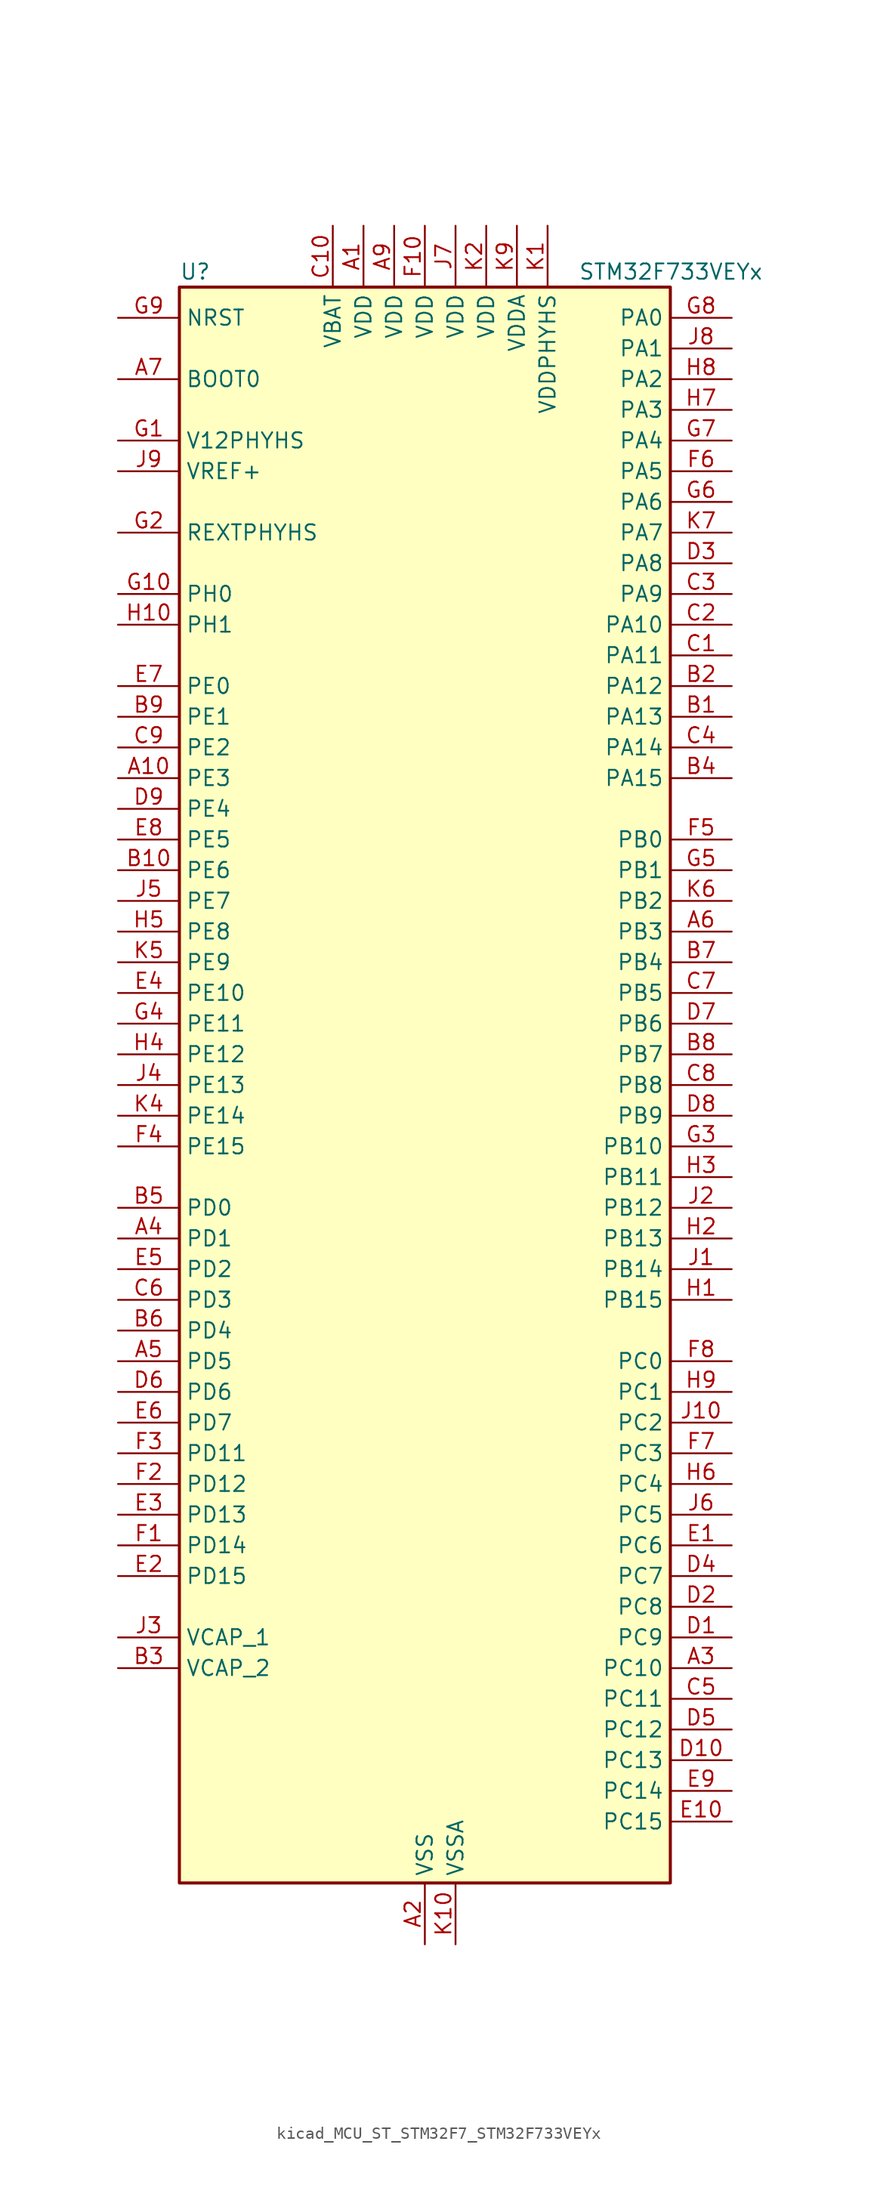
<source format=kicad_sym>
(kicad_symbol_lib
  (version 20220914)
  (generator kicad_symbol_editor)
  (symbol "kicad_MCU_ST_STM32F7_STM32F733VEYx"
    (property "Reference" "U"
      (at -20.32 67.31 0)
      (effects (font (size 1.27 1.27)) (justify left)))
    (property "Value" "STM32F733VEYx"
      (at 12.7 67.31 0)
      (effects (font (size 1.27 1.27)) (justify left)))
    (property "ki_locked" ""
      (at 0 0 0)
      (effects (font (size 1.27 1.27))))
    (symbol "kicad_MCU_ST_STM32F7_STM32F733VEYx_0_1"
      (rectangle (start -20.32 -66.04) (end 20.32 66.04) (stroke (width 0.254) (type default)) (fill (type background))))
    (symbol "kicad_MCU_ST_STM32F7_STM32F733VEYx_1_1"
      (pin power_in line (at -5.08 71.12 270) (length 5.08) (name "VDD" (effects (font (size 1.27 1.27)))) (number "A1" (effects (font (size 1.27 1.27)))))
      (pin bidirectional line (at -25.4 25.4 0) (length 5.08) (name "PE3" (effects (font (size 1.27 1.27)))) (number "A10" (effects (font (size 1.27 1.27)))) (alternate "FMC_A19" bidirectional line) (alternate "SAI1_SD_B" bidirectional line) (alternate "SYS_TRACED0" bidirectional line))
      (pin power_in line (at 0 -71.12 90) (length 5.08) (name "VSS" (effects (font (size 1.27 1.27)))) (number "A2" (effects (font (size 1.27 1.27)))))
      (pin bidirectional line (at 25.4 -48.26 180) (length 5.08) (name "PC10" (effects (font (size 1.27 1.27)))) (number "A3" (effects (font (size 1.27 1.27)))) (alternate "I2S3_CK" bidirectional line) (alternate "QUADSPI_BK1_IO1" bidirectional line) (alternate "SDMMC1_D2" bidirectional line) (alternate "SPI3_SCK" bidirectional line) (alternate "UART4_TX" bidirectional line) (alternate "USART3_TX" bidirectional line))
      (pin bidirectional line (at -25.4 -12.7 0) (length 5.08) (name "PD1" (effects (font (size 1.27 1.27)))) (number "A4" (effects (font (size 1.27 1.27)))) (alternate "CAN1_TX" bidirectional line) (alternate "FMC_D3" bidirectional line) (alternate "FMC_DA3" bidirectional line))
      (pin bidirectional line (at -25.4 -22.86 0) (length 5.08) (name "PD5" (effects (font (size 1.27 1.27)))) (number "A5" (effects (font (size 1.27 1.27)))) (alternate "FMC_NWE" bidirectional line) (alternate "USART2_TX" bidirectional line))
      (pin bidirectional line (at 25.4 12.7 180) (length 5.08) (name "PB3" (effects (font (size 1.27 1.27)))) (number "A6" (effects (font (size 1.27 1.27)))) (alternate "I2S1_CK" bidirectional line) (alternate "I2S3_CK" bidirectional line) (alternate "SPI1_SCK" bidirectional line) (alternate "SPI3_SCK" bidirectional line) (alternate "SYS_JTDO-SWO" bidirectional line) (alternate "TIM2_CH2" bidirectional line))
      (pin input line (at -25.4 58.42 0) (length 5.08) (name "BOOT0" (effects (font (size 1.27 1.27)))) (number "A7" (effects (font (size 1.27 1.27)))))
      (pin passive line (at 0 -71.12 90) (length 5.08) hide (name "VSS" (effects (font (size 1.27 1.27)))) (number "A8" (effects (font (size 1.27 1.27)))))
      (pin power_in line (at -2.54 71.12 270) (length 5.08) (name "VDD" (effects (font (size 1.27 1.27)))) (number "A9" (effects (font (size 1.27 1.27)))))
      (pin bidirectional line (at 25.4 30.48 180) (length 5.08) (name "PA13" (effects (font (size 1.27 1.27)))) (number "B1" (effects (font (size 1.27 1.27)))) (alternate "SYS_JTMS-SWDIO" bidirectional line))
      (pin bidirectional line (at -25.4 17.78 0) (length 5.08) (name "PE6" (effects (font (size 1.27 1.27)))) (number "B10" (effects (font (size 1.27 1.27)))) (alternate "FMC_A22" bidirectional line) (alternate "SAI1_SD_A" bidirectional line) (alternate "SAI2_MCLK_B" bidirectional line) (alternate "SPI4_MOSI" bidirectional line) (alternate "SYS_TRACED3" bidirectional line) (alternate "TIM1_BKIN2" bidirectional line) (alternate "TIM9_CH2" bidirectional line))
      (pin bidirectional line (at 25.4 33.02 180) (length 5.08) (name "PA12" (effects (font (size 1.27 1.27)))) (number "B2" (effects (font (size 1.27 1.27)))) (alternate "CAN1_TX" bidirectional line) (alternate "SAI2_FS_B" bidirectional line) (alternate "TIM1_ETR" bidirectional line) (alternate "USART1_DE" bidirectional line) (alternate "USART1_RTS" bidirectional line) (alternate "USB_OTG_FS_DP" bidirectional line))
      (pin power_out line (at -25.4 -48.26 0) (length 5.08) (name "VCAP_2" (effects (font (size 1.27 1.27)))) (number "B3" (effects (font (size 1.27 1.27)))))
      (pin bidirectional line (at 25.4 25.4 180) (length 5.08) (name "PA15" (effects (font (size 1.27 1.27)))) (number "B4" (effects (font (size 1.27 1.27)))) (alternate "I2S1_WS" bidirectional line) (alternate "I2S3_WS" bidirectional line) (alternate "SPI1_NSS" bidirectional line) (alternate "SPI3_NSS" bidirectional line) (alternate "SYS_JTDI" bidirectional line) (alternate "TIM2_CH1" bidirectional line) (alternate "TIM2_ETR" bidirectional line) (alternate "UART4_DE" bidirectional line) (alternate "UART4_RTS" bidirectional line))
      (pin bidirectional line (at -25.4 -10.16 0) (length 5.08) (name "PD0" (effects (font (size 1.27 1.27)))) (number "B5" (effects (font (size 1.27 1.27)))) (alternate "CAN1_RX" bidirectional line) (alternate "FMC_D2" bidirectional line) (alternate "FMC_DA2" bidirectional line))
      (pin bidirectional line (at -25.4 -20.32 0) (length 5.08) (name "PD4" (effects (font (size 1.27 1.27)))) (number "B6" (effects (font (size 1.27 1.27)))) (alternate "FMC_NOE" bidirectional line) (alternate "USART2_DE" bidirectional line) (alternate "USART2_RTS" bidirectional line))
      (pin bidirectional line (at 25.4 10.16 180) (length 5.08) (name "PB4" (effects (font (size 1.27 1.27)))) (number "B7" (effects (font (size 1.27 1.27)))) (alternate "I2S2_WS" bidirectional line) (alternate "SPI1_MISO" bidirectional line) (alternate "SPI2_NSS" bidirectional line) (alternate "SPI3_MISO" bidirectional line) (alternate "SYS_JTRST" bidirectional line) (alternate "TIM3_CH1" bidirectional line))
      (pin bidirectional line (at 25.4 2.54 180) (length 5.08) (name "PB7" (effects (font (size 1.27 1.27)))) (number "B8" (effects (font (size 1.27 1.27)))) (alternate "FMC_NL" bidirectional line) (alternate "I2C1_SDA" bidirectional line) (alternate "TIM4_CH2" bidirectional line) (alternate "USART1_RX" bidirectional line))
      (pin bidirectional line (at -25.4 30.48 0) (length 5.08) (name "PE1" (effects (font (size 1.27 1.27)))) (number "B9" (effects (font (size 1.27 1.27)))) (alternate "FMC_NBL1" bidirectional line) (alternate "LPTIM1_IN2" bidirectional line) (alternate "UART8_TX" bidirectional line))
      (pin bidirectional line (at 25.4 35.56 180) (length 5.08) (name "PA11" (effects (font (size 1.27 1.27)))) (number "C1" (effects (font (size 1.27 1.27)))) (alternate "ADC1_EXTI11" bidirectional line) (alternate "ADC2_EXTI11" bidirectional line) (alternate "ADC3_EXTI11" bidirectional line) (alternate "CAN1_RX" bidirectional line) (alternate "TIM1_CH4" bidirectional line) (alternate "USART1_CTS" bidirectional line) (alternate "USB_OTG_FS_DM" bidirectional line))
      (pin power_in line (at -7.62 71.12 270) (length 5.08) (name "VBAT" (effects (font (size 1.27 1.27)))) (number "C10" (effects (font (size 1.27 1.27)))))
      (pin bidirectional line (at 25.4 38.1 180) (length 5.08) (name "PA10" (effects (font (size 1.27 1.27)))) (number "C2" (effects (font (size 1.27 1.27)))) (alternate "TIM1_CH3" bidirectional line) (alternate "USART1_RX" bidirectional line) (alternate "USB_OTG_FS_ID" bidirectional line))
      (pin bidirectional line (at 25.4 40.64 180) (length 5.08) (name "PA9" (effects (font (size 1.27 1.27)))) (number "C3" (effects (font (size 1.27 1.27)))) (alternate "DAC_EXTI9" bidirectional line) (alternate "I2C3_SMBA" bidirectional line) (alternate "I2S2_CK" bidirectional line) (alternate "SPI2_SCK" bidirectional line) (alternate "TIM1_CH2" bidirectional line) (alternate "USART1_TX" bidirectional line) (alternate "USB_OTG_FS_VBUS" bidirectional line))
      (pin bidirectional line (at 25.4 27.94 180) (length 5.08) (name "PA14" (effects (font (size 1.27 1.27)))) (number "C4" (effects (font (size 1.27 1.27)))) (alternate "SYS_JTCK-SWCLK" bidirectional line))
      (pin bidirectional line (at 25.4 -50.8 180) (length 5.08) (name "PC11" (effects (font (size 1.27 1.27)))) (number "C5" (effects (font (size 1.27 1.27)))) (alternate "ADC1_EXTI11" bidirectional line) (alternate "ADC2_EXTI11" bidirectional line) (alternate "ADC3_EXTI11" bidirectional line) (alternate "QUADSPI_BK2_NCS" bidirectional line) (alternate "SDMMC1_D3" bidirectional line) (alternate "SPI3_MISO" bidirectional line) (alternate "UART4_RX" bidirectional line) (alternate "USART3_RX" bidirectional line))
      (pin bidirectional line (at -25.4 -17.78 0) (length 5.08) (name "PD3" (effects (font (size 1.27 1.27)))) (number "C6" (effects (font (size 1.27 1.27)))) (alternate "FMC_CLK" bidirectional line) (alternate "I2S2_CK" bidirectional line) (alternate "SPI2_SCK" bidirectional line) (alternate "USART2_CTS" bidirectional line))
      (pin bidirectional line (at 25.4 7.62 180) (length 5.08) (name "PB5" (effects (font (size 1.27 1.27)))) (number "C7" (effects (font (size 1.27 1.27)))) (alternate "FMC_SDCKE1" bidirectional line) (alternate "I2C1_SMBA" bidirectional line) (alternate "I2S1_SD" bidirectional line) (alternate "I2S3_SD" bidirectional line) (alternate "SPI1_MOSI" bidirectional line) (alternate "SPI3_MOSI" bidirectional line) (alternate "TIM3_CH2" bidirectional line))
      (pin bidirectional line (at 25.4 0 180) (length 5.08) (name "PB8" (effects (font (size 1.27 1.27)))) (number "C8" (effects (font (size 1.27 1.27)))) (alternate "CAN1_RX" bidirectional line) (alternate "I2C1_SCL" bidirectional line) (alternate "SDMMC1_D4" bidirectional line) (alternate "TIM10_CH1" bidirectional line) (alternate "TIM4_CH3" bidirectional line))
      (pin bidirectional line (at -25.4 27.94 0) (length 5.08) (name "PE2" (effects (font (size 1.27 1.27)))) (number "C9" (effects (font (size 1.27 1.27)))) (alternate "FMC_A23" bidirectional line) (alternate "QUADSPI_BK1_IO2" bidirectional line) (alternate "SAI1_MCLK_A" bidirectional line) (alternate "SPI4_SCK" bidirectional line) (alternate "SYS_TRACECLK" bidirectional line))
      (pin bidirectional line (at 25.4 -45.72 180) (length 5.08) (name "PC9" (effects (font (size 1.27 1.27)))) (number "D1" (effects (font (size 1.27 1.27)))) (alternate "DAC_EXTI9" bidirectional line) (alternate "I2C3_SDA" bidirectional line) (alternate "I2S_CKIN" bidirectional line) (alternate "QUADSPI_BK1_IO0" bidirectional line) (alternate "RCC_MCO_2" bidirectional line) (alternate "SDMMC1_D1" bidirectional line) (alternate "TIM3_CH4" bidirectional line) (alternate "TIM8_CH4" bidirectional line) (alternate "UART5_CTS" bidirectional line))
      (pin bidirectional line (at 25.4 -55.88 180) (length 5.08) (name "PC13" (effects (font (size 1.27 1.27)))) (number "D10" (effects (font (size 1.27 1.27)))) (alternate "RTC_OUT" bidirectional line) (alternate "RTC_TAMP1" bidirectional line) (alternate "RTC_TS" bidirectional line) (alternate "SYS_WKUP4" bidirectional line))
      (pin bidirectional line (at 25.4 -43.18 180) (length 5.08) (name "PC8" (effects (font (size 1.27 1.27)))) (number "D2" (effects (font (size 1.27 1.27)))) (alternate "SDMMC1_D0" bidirectional line) (alternate "SYS_TRACED1" bidirectional line) (alternate "TIM3_CH3" bidirectional line) (alternate "TIM8_CH3" bidirectional line) (alternate "UART5_DE" bidirectional line) (alternate "UART5_RTS" bidirectional line) (alternate "USART6_CK" bidirectional line))
      (pin bidirectional line (at 25.4 43.18 180) (length 5.08) (name "PA8" (effects (font (size 1.27 1.27)))) (number "D3" (effects (font (size 1.27 1.27)))) (alternate "I2C3_SCL" bidirectional line) (alternate "RCC_MCO_1" bidirectional line) (alternate "TIM1_CH1" bidirectional line) (alternate "TIM8_BKIN2" bidirectional line) (alternate "USART1_CK" bidirectional line) (alternate "USB_OTG_FS_SOF" bidirectional line))
      (pin bidirectional line (at 25.4 -40.64 180) (length 5.08) (name "PC7" (effects (font (size 1.27 1.27)))) (number "D4" (effects (font (size 1.27 1.27)))) (alternate "I2S3_MCK" bidirectional line) (alternate "SDMMC1_D7" bidirectional line) (alternate "TIM3_CH2" bidirectional line) (alternate "TIM8_CH2" bidirectional line) (alternate "USART6_RX" bidirectional line))
      (pin bidirectional line (at 25.4 -53.34 180) (length 5.08) (name "PC12" (effects (font (size 1.27 1.27)))) (number "D5" (effects (font (size 1.27 1.27)))) (alternate "I2S3_SD" bidirectional line) (alternate "SDMMC1_CK" bidirectional line) (alternate "SPI3_MOSI" bidirectional line) (alternate "SYS_TRACED3" bidirectional line) (alternate "UART5_TX" bidirectional line) (alternate "USART3_CK" bidirectional line))
      (pin bidirectional line (at -25.4 -25.4 0) (length 5.08) (name "PD6" (effects (font (size 1.27 1.27)))) (number "D6" (effects (font (size 1.27 1.27)))) (alternate "FMC_NWAIT" bidirectional line) (alternate "I2S3_SD" bidirectional line) (alternate "SAI1_SD_A" bidirectional line) (alternate "SPI3_MOSI" bidirectional line) (alternate "USART2_RX" bidirectional line))
      (pin bidirectional line (at 25.4 5.08 180) (length 5.08) (name "PB6" (effects (font (size 1.27 1.27)))) (number "D7" (effects (font (size 1.27 1.27)))) (alternate "FMC_SDNE1" bidirectional line) (alternate "I2C1_SCL" bidirectional line) (alternate "QUADSPI_BK1_NCS" bidirectional line) (alternate "TIM4_CH1" bidirectional line) (alternate "USART1_TX" bidirectional line))
      (pin bidirectional line (at 25.4 -2.54 180) (length 5.08) (name "PB9" (effects (font (size 1.27 1.27)))) (number "D8" (effects (font (size 1.27 1.27)))) (alternate "CAN1_TX" bidirectional line) (alternate "DAC_EXTI9" bidirectional line) (alternate "I2C1_SDA" bidirectional line) (alternate "I2S2_WS" bidirectional line) (alternate "SDMMC1_D5" bidirectional line) (alternate "SPI2_NSS" bidirectional line) (alternate "TIM11_CH1" bidirectional line) (alternate "TIM4_CH4" bidirectional line))
      (pin bidirectional line (at -25.4 22.86 0) (length 5.08) (name "PE4" (effects (font (size 1.27 1.27)))) (number "D9" (effects (font (size 1.27 1.27)))) (alternate "FMC_A20" bidirectional line) (alternate "SAI1_FS_A" bidirectional line) (alternate "SPI4_NSS" bidirectional line) (alternate "SYS_TRACED1" bidirectional line))
      (pin bidirectional line (at 25.4 -38.1 180) (length 5.08) (name "PC6" (effects (font (size 1.27 1.27)))) (number "E1" (effects (font (size 1.27 1.27)))) (alternate "I2S2_MCK" bidirectional line) (alternate "SDMMC1_D6" bidirectional line) (alternate "TIM3_CH1" bidirectional line) (alternate "TIM8_CH1" bidirectional line) (alternate "USART6_TX" bidirectional line))
      (pin bidirectional line (at 25.4 -60.96 180) (length 5.08) (name "PC15" (effects (font (size 1.27 1.27)))) (number "E10" (effects (font (size 1.27 1.27)))) (alternate "RCC_OSC32_OUT" bidirectional line))
      (pin bidirectional line (at -25.4 -40.64 0) (length 5.08) (name "PD15" (effects (font (size 1.27 1.27)))) (number "E2" (effects (font (size 1.27 1.27)))) (alternate "FMC_D1" bidirectional line) (alternate "FMC_DA1" bidirectional line) (alternate "TIM4_CH4" bidirectional line) (alternate "UART8_DE" bidirectional line) (alternate "UART8_RTS" bidirectional line))
      (pin bidirectional line (at -25.4 -35.56 0) (length 5.08) (name "PD13" (effects (font (size 1.27 1.27)))) (number "E3" (effects (font (size 1.27 1.27)))) (alternate "FMC_A18" bidirectional line) (alternate "LPTIM1_OUT" bidirectional line) (alternate "QUADSPI_BK1_IO3" bidirectional line) (alternate "SAI2_SCK_A" bidirectional line) (alternate "TIM4_CH2" bidirectional line))
      (pin bidirectional line (at -25.4 7.62 0) (length 5.08) (name "PE10" (effects (font (size 1.27 1.27)))) (number "E4" (effects (font (size 1.27 1.27)))) (alternate "FMC_D7" bidirectional line) (alternate "FMC_DA7" bidirectional line) (alternate "QUADSPI_BK2_IO3" bidirectional line) (alternate "TIM1_CH2N" bidirectional line) (alternate "UART7_CTS" bidirectional line))
      (pin bidirectional line (at -25.4 -15.24 0) (length 5.08) (name "PD2" (effects (font (size 1.27 1.27)))) (number "E5" (effects (font (size 1.27 1.27)))) (alternate "SDMMC1_CMD" bidirectional line) (alternate "SYS_TRACED2" bidirectional line) (alternate "TIM3_ETR" bidirectional line) (alternate "UART5_RX" bidirectional line))
      (pin bidirectional line (at -25.4 -27.94 0) (length 5.08) (name "PD7" (effects (font (size 1.27 1.27)))) (number "E6" (effects (font (size 1.27 1.27)))) (alternate "FMC_NE1" bidirectional line) (alternate "USART2_CK" bidirectional line))
      (pin bidirectional line (at -25.4 33.02 0) (length 5.08) (name "PE0" (effects (font (size 1.27 1.27)))) (number "E7" (effects (font (size 1.27 1.27)))) (alternate "FMC_NBL0" bidirectional line) (alternate "LPTIM1_ETR" bidirectional line) (alternate "SAI2_MCLK_A" bidirectional line) (alternate "TIM4_ETR" bidirectional line) (alternate "UART8_RX" bidirectional line))
      (pin bidirectional line (at -25.4 20.32 0) (length 5.08) (name "PE5" (effects (font (size 1.27 1.27)))) (number "E8" (effects (font (size 1.27 1.27)))) (alternate "FMC_A21" bidirectional line) (alternate "SAI1_SCK_A" bidirectional line) (alternate "SPI4_MISO" bidirectional line) (alternate "SYS_TRACED2" bidirectional line) (alternate "TIM9_CH1" bidirectional line))
      (pin bidirectional line (at 25.4 -58.42 180) (length 5.08) (name "PC14" (effects (font (size 1.27 1.27)))) (number "E9" (effects (font (size 1.27 1.27)))) (alternate "RCC_OSC32_IN" bidirectional line))
      (pin bidirectional line (at -25.4 -38.1 0) (length 5.08) (name "PD14" (effects (font (size 1.27 1.27)))) (number "F1" (effects (font (size 1.27 1.27)))) (alternate "FMC_D0" bidirectional line) (alternate "FMC_DA0" bidirectional line) (alternate "TIM4_CH3" bidirectional line) (alternate "UART8_CTS" bidirectional line))
      (pin power_in line (at 0 71.12 270) (length 5.08) (name "VDD" (effects (font (size 1.27 1.27)))) (number "F10" (effects (font (size 1.27 1.27)))))
      (pin bidirectional line (at -25.4 -33.02 0) (length 5.08) (name "PD12" (effects (font (size 1.27 1.27)))) (number "F2" (effects (font (size 1.27 1.27)))) (alternate "FMC_A17" bidirectional line) (alternate "FMC_ALE" bidirectional line) (alternate "LPTIM1_IN1" bidirectional line) (alternate "QUADSPI_BK1_IO1" bidirectional line) (alternate "SAI2_FS_A" bidirectional line) (alternate "TIM4_CH1" bidirectional line) (alternate "USART3_DE" bidirectional line) (alternate "USART3_RTS" bidirectional line))
      (pin bidirectional line (at -25.4 -30.48 0) (length 5.08) (name "PD11" (effects (font (size 1.27 1.27)))) (number "F3" (effects (font (size 1.27 1.27)))) (alternate "ADC1_EXTI11" bidirectional line) (alternate "ADC2_EXTI11" bidirectional line) (alternate "ADC3_EXTI11" bidirectional line) (alternate "FMC_A16" bidirectional line) (alternate "FMC_CLE" bidirectional line) (alternate "QUADSPI_BK1_IO0" bidirectional line) (alternate "SAI2_SD_A" bidirectional line) (alternate "USART3_CTS" bidirectional line))
      (pin bidirectional line (at -25.4 -5.08 0) (length 5.08) (name "PE15" (effects (font (size 1.27 1.27)))) (number "F4" (effects (font (size 1.27 1.27)))) (alternate "FMC_D12" bidirectional line) (alternate "FMC_DA12" bidirectional line) (alternate "TIM1_BKIN" bidirectional line))
      (pin bidirectional line (at 25.4 20.32 180) (length 5.08) (name "PB0" (effects (font (size 1.27 1.27)))) (number "F5" (effects (font (size 1.27 1.27)))) (alternate "ADC1_IN8" bidirectional line) (alternate "ADC2_IN8" bidirectional line) (alternate "TIM1_CH2N" bidirectional line) (alternate "TIM3_CH3" bidirectional line) (alternate "TIM8_CH2N" bidirectional line) (alternate "UART4_CTS" bidirectional line))
      (pin bidirectional line (at 25.4 50.8 180) (length 5.08) (name "PA5" (effects (font (size 1.27 1.27)))) (number "F6" (effects (font (size 1.27 1.27)))) (alternate "ADC1_IN5" bidirectional line) (alternate "ADC2_IN5" bidirectional line) (alternate "DAC_OUT2" bidirectional line) (alternate "I2S1_CK" bidirectional line) (alternate "SPI1_SCK" bidirectional line) (alternate "TIM2_CH1" bidirectional line) (alternate "TIM2_ETR" bidirectional line) (alternate "TIM8_CH1N" bidirectional line))
      (pin bidirectional line (at 25.4 -30.48 180) (length 5.08) (name "PC3" (effects (font (size 1.27 1.27)))) (number "F7" (effects (font (size 1.27 1.27)))) (alternate "ADC1_IN13" bidirectional line) (alternate "ADC2_IN13" bidirectional line) (alternate "ADC3_IN13" bidirectional line) (alternate "FMC_SDCKE0" bidirectional line) (alternate "I2S2_SD" bidirectional line) (alternate "SPI2_MOSI" bidirectional line))
      (pin bidirectional line (at 25.4 -22.86 180) (length 5.08) (name "PC0" (effects (font (size 1.27 1.27)))) (number "F8" (effects (font (size 1.27 1.27)))) (alternate "ADC1_IN10" bidirectional line) (alternate "ADC2_IN10" bidirectional line) (alternate "ADC3_IN10" bidirectional line) (alternate "FMC_SDNWE" bidirectional line) (alternate "SAI2_FS_B" bidirectional line))
      (pin passive line (at 0 -71.12 90) (length 5.08) hide (name "VSS" (effects (font (size 1.27 1.27)))) (number "F9" (effects (font (size 1.27 1.27)))))
      (pin power_in line (at -25.4 53.34 0) (length 5.08) (name "V12PHYHS" (effects (font (size 1.27 1.27)))) (number "G1" (effects (font (size 1.27 1.27)))))
      (pin bidirectional line (at -25.4 40.64 0) (length 5.08) (name "PH0" (effects (font (size 1.27 1.27)))) (number "G10" (effects (font (size 1.27 1.27)))) (alternate "RCC_OSC_IN" bidirectional line))
      (pin bidirectional line (at -25.4 45.72 0) (length 5.08) (name "REXTPHYHS" (effects (font (size 1.27 1.27)))) (number "G2" (effects (font (size 1.27 1.27)))) (alternate "USB_OTG_HS_REXTPHYHS" bidirectional line))
      (pin bidirectional line (at 25.4 -5.08 180) (length 5.08) (name "PB10" (effects (font (size 1.27 1.27)))) (number "G3" (effects (font (size 1.27 1.27)))) (alternate "I2C2_SCL" bidirectional line) (alternate "I2S2_CK" bidirectional line) (alternate "SPI2_SCK" bidirectional line) (alternate "TIM2_CH3" bidirectional line) (alternate "USART3_TX" bidirectional line))
      (pin bidirectional line (at -25.4 5.08 0) (length 5.08) (name "PE11" (effects (font (size 1.27 1.27)))) (number "G4" (effects (font (size 1.27 1.27)))) (alternate "ADC1_EXTI11" bidirectional line) (alternate "ADC2_EXTI11" bidirectional line) (alternate "ADC3_EXTI11" bidirectional line) (alternate "FMC_D8" bidirectional line) (alternate "FMC_DA8" bidirectional line) (alternate "SAI2_SD_B" bidirectional line) (alternate "SPI4_NSS" bidirectional line) (alternate "TIM1_CH2" bidirectional line))
      (pin bidirectional line (at 25.4 17.78 180) (length 5.08) (name "PB1" (effects (font (size 1.27 1.27)))) (number "G5" (effects (font (size 1.27 1.27)))) (alternate "ADC1_IN9" bidirectional line) (alternate "ADC2_IN9" bidirectional line) (alternate "TIM1_CH3N" bidirectional line) (alternate "TIM3_CH4" bidirectional line) (alternate "TIM8_CH3N" bidirectional line))
      (pin bidirectional line (at 25.4 48.26 180) (length 5.08) (name "PA6" (effects (font (size 1.27 1.27)))) (number "G6" (effects (font (size 1.27 1.27)))) (alternate "ADC1_IN6" bidirectional line) (alternate "ADC2_IN6" bidirectional line) (alternate "SPI1_MISO" bidirectional line) (alternate "TIM13_CH1" bidirectional line) (alternate "TIM1_BKIN" bidirectional line) (alternate "TIM3_CH1" bidirectional line) (alternate "TIM8_BKIN" bidirectional line))
      (pin bidirectional line (at 25.4 53.34 180) (length 5.08) (name "PA4" (effects (font (size 1.27 1.27)))) (number "G7" (effects (font (size 1.27 1.27)))) (alternate "ADC1_IN4" bidirectional line) (alternate "ADC2_IN4" bidirectional line) (alternate "DAC_OUT1" bidirectional line) (alternate "I2S1_WS" bidirectional line) (alternate "I2S3_WS" bidirectional line) (alternate "SPI1_NSS" bidirectional line) (alternate "SPI3_NSS" bidirectional line) (alternate "USART2_CK" bidirectional line) (alternate "USB_OTG_HS_SOF" bidirectional line))
      (pin bidirectional line (at 25.4 63.5 180) (length 5.08) (name "PA0" (effects (font (size 1.27 1.27)))) (number "G8" (effects (font (size 1.27 1.27)))) (alternate "ADC1_IN0" bidirectional line) (alternate "ADC2_IN0" bidirectional line) (alternate "ADC3_IN0" bidirectional line) (alternate "SAI2_SD_B" bidirectional line) (alternate "SYS_WKUP1" bidirectional line) (alternate "TIM2_CH1" bidirectional line) (alternate "TIM2_ETR" bidirectional line) (alternate "TIM5_CH1" bidirectional line) (alternate "TIM8_ETR" bidirectional line) (alternate "UART4_TX" bidirectional line) (alternate "USART2_CTS" bidirectional line))
      (pin input line (at -25.4 63.5 0) (length 5.08) (name "NRST" (effects (font (size 1.27 1.27)))) (number "G9" (effects (font (size 1.27 1.27)))))
      (pin bidirectional line (at 25.4 -17.78 180) (length 5.08) (name "PB15" (effects (font (size 1.27 1.27)))) (number "H1" (effects (font (size 1.27 1.27)))) (alternate "USB_OTG_HS_DP" bidirectional line))
      (pin bidirectional line (at -25.4 38.1 0) (length 5.08) (name "PH1" (effects (font (size 1.27 1.27)))) (number "H10" (effects (font (size 1.27 1.27)))) (alternate "RCC_OSC_OUT" bidirectional line))
      (pin bidirectional line (at 25.4 -12.7 180) (length 5.08) (name "PB13" (effects (font (size 1.27 1.27)))) (number "H2" (effects (font (size 1.27 1.27)))) (alternate "I2S2_CK" bidirectional line) (alternate "SPI2_SCK" bidirectional line) (alternate "TIM1_CH1N" bidirectional line) (alternate "USART3_CTS" bidirectional line) (alternate "USB_OTG_HS_VBUS" bidirectional line))
      (pin bidirectional line (at 25.4 -7.62 180) (length 5.08) (name "PB11" (effects (font (size 1.27 1.27)))) (number "H3" (effects (font (size 1.27 1.27)))) (alternate "ADC1_EXTI11" bidirectional line) (alternate "ADC2_EXTI11" bidirectional line) (alternate "ADC3_EXTI11" bidirectional line) (alternate "I2C2_SDA" bidirectional line) (alternate "TIM2_CH4" bidirectional line) (alternate "USART3_RX" bidirectional line))
      (pin bidirectional line (at -25.4 2.54 0) (length 5.08) (name "PE12" (effects (font (size 1.27 1.27)))) (number "H4" (effects (font (size 1.27 1.27)))) (alternate "FMC_D9" bidirectional line) (alternate "FMC_DA9" bidirectional line) (alternate "SAI2_SCK_B" bidirectional line) (alternate "SPI4_SCK" bidirectional line) (alternate "TIM1_CH3N" bidirectional line))
      (pin bidirectional line (at -25.4 12.7 0) (length 5.08) (name "PE8" (effects (font (size 1.27 1.27)))) (number "H5" (effects (font (size 1.27 1.27)))) (alternate "FMC_D5" bidirectional line) (alternate "FMC_DA5" bidirectional line) (alternate "QUADSPI_BK2_IO1" bidirectional line) (alternate "TIM1_CH1N" bidirectional line) (alternate "UART7_TX" bidirectional line))
      (pin bidirectional line (at 25.4 -33.02 180) (length 5.08) (name "PC4" (effects (font (size 1.27 1.27)))) (number "H6" (effects (font (size 1.27 1.27)))) (alternate "ADC1_IN14" bidirectional line) (alternate "ADC2_IN14" bidirectional line) (alternate "FMC_SDNE0" bidirectional line) (alternate "I2S1_MCK" bidirectional line))
      (pin bidirectional line (at 25.4 55.88 180) (length 5.08) (name "PA3" (effects (font (size 1.27 1.27)))) (number "H7" (effects (font (size 1.27 1.27)))) (alternate "ADC1_IN3" bidirectional line) (alternate "ADC2_IN3" bidirectional line) (alternate "ADC3_IN3" bidirectional line) (alternate "TIM2_CH4" bidirectional line) (alternate "TIM5_CH4" bidirectional line) (alternate "TIM9_CH2" bidirectional line) (alternate "USART2_RX" bidirectional line))
      (pin bidirectional line (at 25.4 58.42 180) (length 5.08) (name "PA2" (effects (font (size 1.27 1.27)))) (number "H8" (effects (font (size 1.27 1.27)))) (alternate "ADC1_IN2" bidirectional line) (alternate "ADC2_IN2" bidirectional line) (alternate "ADC3_IN2" bidirectional line) (alternate "SAI2_SCK_B" bidirectional line) (alternate "SYS_WKUP2" bidirectional line) (alternate "TIM2_CH3" bidirectional line) (alternate "TIM5_CH3" bidirectional line) (alternate "TIM9_CH1" bidirectional line) (alternate "USART2_TX" bidirectional line))
      (pin bidirectional line (at 25.4 -25.4 180) (length 5.08) (name "PC1" (effects (font (size 1.27 1.27)))) (number "H9" (effects (font (size 1.27 1.27)))) (alternate "ADC1_IN11" bidirectional line) (alternate "ADC2_IN11" bidirectional line) (alternate "ADC3_IN11" bidirectional line) (alternate "I2S2_SD" bidirectional line) (alternate "RTC_TAMP3" bidirectional line) (alternate "RTC_TS" bidirectional line) (alternate "SAI1_SD_A" bidirectional line) (alternate "SPI2_MOSI" bidirectional line) (alternate "SYS_TRACED0" bidirectional line) (alternate "SYS_WKUP3" bidirectional line))
      (pin bidirectional line (at 25.4 -15.24 180) (length 5.08) (name "PB14" (effects (font (size 1.27 1.27)))) (number "J1" (effects (font (size 1.27 1.27)))) (alternate "USB_OTG_HS_DM" bidirectional line))
      (pin bidirectional line (at 25.4 -27.94 180) (length 5.08) (name "PC2" (effects (font (size 1.27 1.27)))) (number "J10" (effects (font (size 1.27 1.27)))) (alternate "ADC1_IN12" bidirectional line) (alternate "ADC2_IN12" bidirectional line) (alternate "ADC3_IN12" bidirectional line) (alternate "FMC_SDNE0" bidirectional line) (alternate "SPI2_MISO" bidirectional line))
      (pin bidirectional line (at 25.4 -10.16 180) (length 5.08) (name "PB12" (effects (font (size 1.27 1.27)))) (number "J2" (effects (font (size 1.27 1.27)))) (alternate "I2C2_SMBA" bidirectional line) (alternate "I2S2_WS" bidirectional line) (alternate "SPI2_NSS" bidirectional line) (alternate "TIM1_BKIN" bidirectional line) (alternate "USART3_CK" bidirectional line) (alternate "USB_OTG_HS_ID" bidirectional line))
      (pin power_out line (at -25.4 -45.72 0) (length 5.08) (name "VCAP_1" (effects (font (size 1.27 1.27)))) (number "J3" (effects (font (size 1.27 1.27)))))
      (pin bidirectional line (at -25.4 0 0) (length 5.08) (name "PE13" (effects (font (size 1.27 1.27)))) (number "J4" (effects (font (size 1.27 1.27)))) (alternate "FMC_D10" bidirectional line) (alternate "FMC_DA10" bidirectional line) (alternate "SAI2_FS_B" bidirectional line) (alternate "SPI4_MISO" bidirectional line) (alternate "TIM1_CH3" bidirectional line))
      (pin bidirectional line (at -25.4 15.24 0) (length 5.08) (name "PE7" (effects (font (size 1.27 1.27)))) (number "J5" (effects (font (size 1.27 1.27)))) (alternate "FMC_D4" bidirectional line) (alternate "FMC_DA4" bidirectional line) (alternate "QUADSPI_BK2_IO0" bidirectional line) (alternate "TIM1_ETR" bidirectional line) (alternate "UART7_RX" bidirectional line))
      (pin bidirectional line (at 25.4 -35.56 180) (length 5.08) (name "PC5" (effects (font (size 1.27 1.27)))) (number "J6" (effects (font (size 1.27 1.27)))) (alternate "ADC1_IN15" bidirectional line) (alternate "ADC2_IN15" bidirectional line) (alternate "FMC_SDCKE0" bidirectional line))
      (pin power_in line (at 2.54 71.12 270) (length 5.08) (name "VDD" (effects (font (size 1.27 1.27)))) (number "J7" (effects (font (size 1.27 1.27)))))
      (pin bidirectional line (at 25.4 60.96 180) (length 5.08) (name "PA1" (effects (font (size 1.27 1.27)))) (number "J8" (effects (font (size 1.27 1.27)))) (alternate "ADC1_IN1" bidirectional line) (alternate "ADC2_IN1" bidirectional line) (alternate "ADC3_IN1" bidirectional line) (alternate "QUADSPI_BK1_IO3" bidirectional line) (alternate "SAI2_MCLK_B" bidirectional line) (alternate "TIM2_CH2" bidirectional line) (alternate "TIM5_CH2" bidirectional line) (alternate "UART4_RX" bidirectional line) (alternate "USART2_DE" bidirectional line) (alternate "USART2_RTS" bidirectional line))
      (pin input line (at -25.4 50.8 0) (length 5.08) (name "VREF+" (effects (font (size 1.27 1.27)))) (number "J9" (effects (font (size 1.27 1.27)))))
      (pin power_in line (at 10.16 71.12 270) (length 5.08) (name "VDDPHYHS" (effects (font (size 1.27 1.27)))) (number "K1" (effects (font (size 1.27 1.27)))))
      (pin power_in line (at 2.54 -71.12 90) (length 5.08) (name "VSSA" (effects (font (size 1.27 1.27)))) (number "K10" (effects (font (size 1.27 1.27)))))
      (pin power_in line (at 5.08 71.12 270) (length 5.08) (name "VDD" (effects (font (size 1.27 1.27)))) (number "K2" (effects (font (size 1.27 1.27)))))
      (pin passive line (at 0 -71.12 90) (length 5.08) hide (name "VSS" (effects (font (size 1.27 1.27)))) (number "K3" (effects (font (size 1.27 1.27)))))
      (pin bidirectional line (at -25.4 -2.54 0) (length 5.08) (name "PE14" (effects (font (size 1.27 1.27)))) (number "K4" (effects (font (size 1.27 1.27)))) (alternate "FMC_D11" bidirectional line) (alternate "FMC_DA11" bidirectional line) (alternate "SAI2_MCLK_B" bidirectional line) (alternate "SPI4_MOSI" bidirectional line) (alternate "TIM1_CH4" bidirectional line))
      (pin bidirectional line (at -25.4 10.16 0) (length 5.08) (name "PE9" (effects (font (size 1.27 1.27)))) (number "K5" (effects (font (size 1.27 1.27)))) (alternate "DAC_EXTI9" bidirectional line) (alternate "FMC_D6" bidirectional line) (alternate "FMC_DA6" bidirectional line) (alternate "QUADSPI_BK2_IO2" bidirectional line) (alternate "TIM1_CH1" bidirectional line) (alternate "UART7_DE" bidirectional line) (alternate "UART7_RTS" bidirectional line))
      (pin bidirectional line (at 25.4 15.24 180) (length 5.08) (name "PB2" (effects (font (size 1.27 1.27)))) (number "K6" (effects (font (size 1.27 1.27)))) (alternate "I2S3_SD" bidirectional line) (alternate "QUADSPI_CLK" bidirectional line) (alternate "SAI1_SD_A" bidirectional line) (alternate "SPI3_MOSI" bidirectional line))
      (pin bidirectional line (at 25.4 45.72 180) (length 5.08) (name "PA7" (effects (font (size 1.27 1.27)))) (number "K7" (effects (font (size 1.27 1.27)))) (alternate "ADC1_IN7" bidirectional line) (alternate "ADC2_IN7" bidirectional line) (alternate "FMC_SDNWE" bidirectional line) (alternate "I2S1_SD" bidirectional line) (alternate "SPI1_MOSI" bidirectional line) (alternate "TIM14_CH1" bidirectional line) (alternate "TIM1_CH1N" bidirectional line) (alternate "TIM3_CH2" bidirectional line) (alternate "TIM8_CH1N" bidirectional line))
      (pin passive line (at 0 -71.12 90) (length 5.08) hide (name "VSS" (effects (font (size 1.27 1.27)))) (number "K8" (effects (font (size 1.27 1.27)))))
      (pin power_in line (at 7.62 71.12 270) (length 5.08) (name "VDDA" (effects (font (size 1.27 1.27)))) (number "K9" (effects (font (size 1.27 1.27))))))))
</source>
